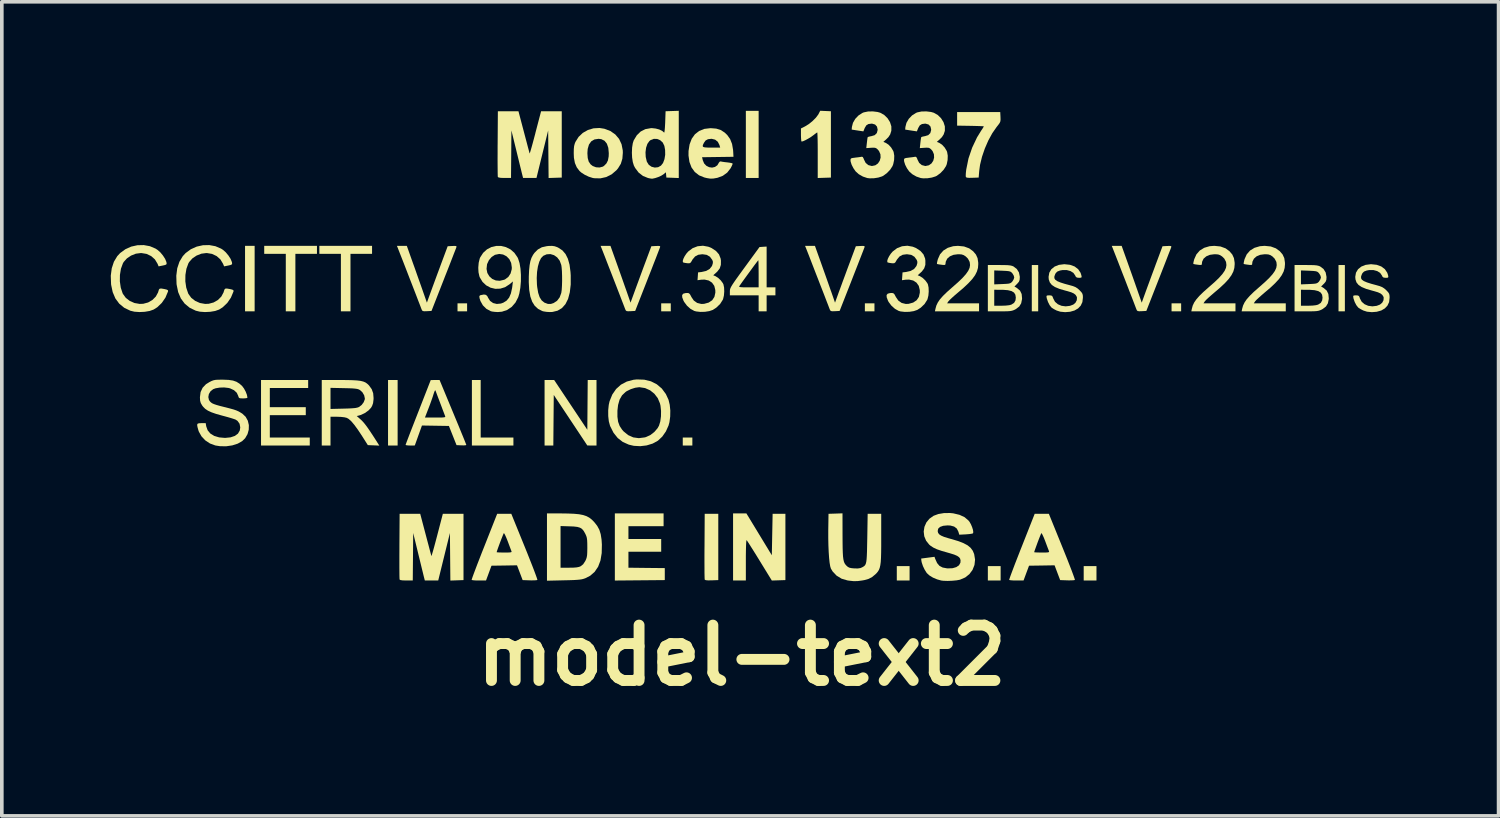
<source format=kicad_pcb>
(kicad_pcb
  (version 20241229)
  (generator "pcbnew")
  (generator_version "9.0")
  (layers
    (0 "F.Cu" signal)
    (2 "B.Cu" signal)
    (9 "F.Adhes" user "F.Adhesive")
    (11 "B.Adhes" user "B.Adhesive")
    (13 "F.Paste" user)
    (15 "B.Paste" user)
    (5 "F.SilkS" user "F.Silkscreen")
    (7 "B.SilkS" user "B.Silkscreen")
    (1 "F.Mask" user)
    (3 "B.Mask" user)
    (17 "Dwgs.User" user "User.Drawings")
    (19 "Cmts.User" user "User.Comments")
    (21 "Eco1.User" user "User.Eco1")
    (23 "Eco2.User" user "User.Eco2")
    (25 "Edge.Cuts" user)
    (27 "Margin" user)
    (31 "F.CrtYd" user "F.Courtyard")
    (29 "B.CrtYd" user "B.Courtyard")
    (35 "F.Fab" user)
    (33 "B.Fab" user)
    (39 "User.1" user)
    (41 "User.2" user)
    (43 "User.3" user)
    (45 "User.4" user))
  (footprint "model-text2"
    (layer "F.Cu")
    (at 17.376 11.196)
    (property "Reference" "model-text2" (at 0 3.8 0) (layer "F.SilkS") (effects (font (size 1.524 1.524) (thickness 0.3))))
    (attr board_only exclude_from_pos_files exclude_from_bom)
    (fp_poly (pts (xy -13.415 -5.674) (xy -13.679 -5.674) (xy -13.679 -7.477) (xy -13.415 -7.477)) (stroke (width 0) (type solid)) (fill yes) (layer "F.SilkS"))
    (fp_poly (pts (xy -9.478 -1.979) (xy -9.742 -1.979) (xy -9.742 -3.783) (xy -9.478 -3.783)) (stroke (width 0) (type solid)) (fill yes) (layer "F.SilkS"))
    (fp_poly (pts (xy -7.565 -5.674) (xy -7.829 -5.674) (xy -7.829 -5.894) (xy -7.565 -5.894)) (stroke (width 0) (type solid)) (fill yes) (layer "F.SilkS"))
    (fp_poly (pts (xy -1.957 -5.674) (xy -2.221 -5.674) (xy -2.221 -5.894) (xy -1.957 -5.894)) (stroke (width 0) (type solid)) (fill yes) (layer "F.SilkS"))
    (fp_poly (pts (xy -1.363 -1.979) (xy -1.627 -1.979) (xy -1.627 -2.199) (xy -1.363 -2.199)) (stroke (width 0) (type solid)) (fill yes) (layer "F.SilkS"))
    (fp_poly (pts (xy 0.462 -9.346) (xy 0.11 -9.346) (xy 0.11 -11.194) (xy 0.462 -11.194)) (stroke (width 0) (type solid)) (fill yes) (layer "F.SilkS"))
    (fp_poly (pts (xy 3.651 -5.674) (xy 3.387 -5.674) (xy 3.387 -5.894) (xy 3.651 -5.894)) (stroke (width 0) (type solid)) (fill yes) (layer "F.SilkS"))
    (fp_poly (pts (xy 4.618 1.737) (xy 4.266 1.737) (xy 4.266 1.341) (xy 4.618 1.341)) (stroke (width 0) (type solid)) (fill yes) (layer "F.SilkS"))
    (fp_poly (pts (xy 7.125 1.737) (xy 6.773 1.737) (xy 6.773 1.341) (xy 7.125 1.341)) (stroke (width 0) (type solid)) (fill yes) (layer "F.SilkS"))
    (fp_poly (pts (xy 8.159 -5.674) (xy 7.983 -5.674) (xy 7.983 -6.949) (xy 8.159 -6.949)) (stroke (width 0) (type solid)) (fill yes) (layer "F.SilkS"))
    (fp_poly (pts (xy 9.764 1.737) (xy 9.412 1.737) (xy 9.412 1.341) (xy 9.764 1.341)) (stroke (width 0) (type solid)) (fill yes) (layer "F.SilkS"))
    (fp_poly (pts (xy 12.095 -5.674) (xy 11.831 -5.674) (xy 11.831 -5.894) (xy 12.095 -5.894)) (stroke (width 0) (type solid)) (fill yes) (layer "F.SilkS"))
    (fp_poly (pts (xy 16.603 -5.674) (xy 16.428 -5.674) (xy 16.428 -6.949) (xy 16.603 -6.949)) (stroke (width 0) (type solid)) (fill yes) (layer "F.SilkS"))
    (fp_poly (pts (xy -7.191 -2.199) (xy -6.29 -2.199) (xy -6.29 -1.979) (xy -7.433 -1.979) (xy -7.433 -3.783) (xy -7.191 -3.783)) (stroke (width 0) (type solid)) (fill yes) (layer "F.SilkS"))
    (fp_poly (pts (xy -11.699 -7.257) (xy -12.293 -7.257) (xy -12.293 -5.674) (xy -12.557 -5.674) (xy -12.557 -7.257) (xy -13.151 -7.257) (xy -13.151 -7.477) (xy -11.699 -7.477)) (stroke (width 0) (type solid)) (fill yes) (layer "F.SilkS"))
    (fp_poly (pts (xy -10.182 -7.257) (xy -10.776 -7.257) (xy -10.776 -5.674) (xy -11.04 -5.674) (xy -11.04 -7.257) (xy -11.633 -7.257) (xy -11.633 -7.477) (xy -10.182 -7.477)) (stroke (width 0) (type solid)) (fill yes) (layer "F.SilkS"))
    (fp_poly (pts (xy -11.941 -3.563) (xy -12.997 -3.563) (xy -12.997 -3.035) (xy -12.007 -3.035) (xy -12.007 -2.815) (xy -12.997 -2.815) (xy -12.997 -2.199) (xy -11.897 -2.199) (xy -11.897 -1.979) (xy -13.239 -1.979) (xy -13.239 -3.783) (xy -11.941 -3.783)) (stroke (width 0) (type solid)) (fill yes) (layer "F.SilkS"))
    (fp_poly (pts (xy -4.255 -2.413) (xy -4.244 -3.783) (xy -4.002 -3.783) (xy -4.002 -1.979) (xy -4.255 -1.98) (xy -4.717 -2.676) (xy -5.179 -3.371) (xy -5.185 -2.675) (xy -5.191 -1.979) (xy -5.432 -1.979) (xy -5.432 -3.783) (xy -5.168 -3.783)) (stroke (width 0) (type solid)) (fill yes) (layer "F.SilkS"))
    (fp_poly (pts (xy -2.155 0.242) (xy -3.123 0.242) (xy -3.123 0.594) (xy -2.221 0.594) (xy -2.221 0.946) (xy -3.123 0.946) (xy -3.123 1.385) (xy -2.622 1.391) (xy -2.122 1.396) (xy -2.122 1.726) (xy -2.809 1.732) (xy -3.497 1.738) (xy -3.497 -0.11) (xy -2.155 -0.11)) (stroke (width 0) (type solid)) (fill yes) (layer "F.SilkS"))
    (fp_poly (pts (xy -0.649 1.726) (xy -0.831 1.733) (xy -0.929 1.734) (xy -0.99 1.729) (xy -1.019 1.717) (xy -1.023 1.711) (xy -1.025 1.683) (xy -1.027 1.616) (xy -1.029 1.515) (xy -1.029 1.385) (xy -1.03 1.23) (xy -1.03 1.055) (xy -1.029 0.864) (xy -1.028 0.792) (xy -1.023 -0.099) (xy -0.649 -0.099)) (stroke (width 0) (type solid)) (fill yes) (layer "F.SilkS"))
    (fp_poly (pts (xy 0.475 0.466) (xy 0.825 1.042) (xy 0.836 0.471) (xy 0.847 -0.099) (xy 1.199 -0.099) (xy 1.199 1.726) (xy 1.012 1.732) (xy 0.825 1.738) (xy 0.487 1.188) (xy 0.401 1.048) (xy 0.321 0.92) (xy 0.251 0.809) (xy 0.195 0.72) (xy 0.154 0.658) (xy 0.132 0.628) (xy 0.13 0.625) (xy 0.124 0.643) (xy 0.119 0.7) (xy 0.115 0.791) (xy 0.112 0.912) (xy 0.11 1.059) (xy 0.11 1.175) (xy 0.11 1.737) (xy -0.242 1.737) (xy -0.242 -0.11) (xy 0.125 -0.11)) (stroke (width 0) (type solid)) (fill yes) (layer "F.SilkS"))
    (fp_poly (pts (xy 2.452 -11.183) (xy 2.452 -9.357) (xy 2.271 -9.351) (xy 2.089 -9.345) (xy 2.089 -9.972) (xy 2.089 -10.133) (xy 2.088 -10.279) (xy 2.086 -10.404) (xy 2.083 -10.503) (xy 2.08 -10.569) (xy 2.077 -10.599) (xy 2.076 -10.6) (xy 2.054 -10.587) (xy 2.009 -10.554) (xy 1.972 -10.525) (xy 1.906 -10.477) (xy 1.831 -10.431) (xy 1.757 -10.39) (xy 1.694 -10.361) (xy 1.652 -10.349) (xy 1.641 -10.352) (xy 1.635 -10.379) (xy 1.63 -10.438) (xy 1.627 -10.518) (xy 1.627 -10.537) (xy 1.627 -10.709) (xy 1.74 -10.766) (xy 1.844 -10.83) (xy 1.947 -10.914) (xy 2.038 -11.005) (xy 2.104 -11.093) (xy 2.114 -11.112) (xy 2.157 -11.196)) (stroke (width 0) (type solid)) (fill yes) (layer "F.SilkS"))
    (fp_poly (pts (xy 7.121 -11.025) (xy 7.123 -10.956) (xy 7.118 -10.907) (xy 7.1 -10.863) (xy 7.064 -10.812) (xy 7.015 -10.75) (xy 6.896 -10.579) (xy 6.786 -10.378) (xy 6.69 -10.157) (xy 6.612 -9.929) (xy 6.558 -9.707) (xy 6.536 -9.544) (xy 6.52 -9.357) (xy 6.35 -9.351) (xy 6.258 -9.349) (xy 6.202 -9.354) (xy 6.173 -9.366) (xy 6.167 -9.376) (xy 6.164 -9.411) (xy 6.167 -9.478) (xy 6.176 -9.562) (xy 6.179 -9.582) (xy 6.24 -9.883) (xy 6.341 -10.18) (xy 6.475 -10.463) (xy 6.584 -10.641) (xy 6.625 -10.702) (xy 6.653 -10.748) (xy 6.663 -10.766) (xy 6.643 -10.77) (xy 6.585 -10.773) (xy 6.498 -10.776) (xy 6.388 -10.779) (xy 6.295 -10.781) (xy 5.927 -10.787) (xy 5.927 -11.161) (xy 7.114 -11.161)) (stroke (width 0) (type solid)) (fill yes) (layer "F.SilkS"))
    (fp_poly (pts (xy -8.705 0.473) (xy -8.665 0.625) (xy -8.628 0.763) (xy -8.597 0.882) (xy -8.572 0.976) (xy -8.555 1.038) (xy -8.548 1.064) (xy -8.548 1.064) (xy -8.541 1.049) (xy -8.525 0.996) (xy -8.5 0.912) (xy -8.469 0.8) (xy -8.433 0.666) (xy -8.393 0.515) (xy -8.387 0.492) (xy -8.233 -0.099) (xy -7.664 -0.099) (xy -7.664 1.726) (xy -8.026 1.739) (xy -8.032 1.084) (xy -8.038 0.429) (xy -8.199 1.083) (xy -8.36 1.737) (xy -8.729 1.737) (xy -8.75 1.655) (xy -8.761 1.612) (xy -8.78 1.532) (xy -8.807 1.423) (xy -8.839 1.292) (xy -8.875 1.144) (xy -8.91 1.001) (xy -9.049 0.429) (xy -9.055 1.083) (xy -9.061 1.737) (xy -9.237 1.737) (xy -9.34 1.734) (xy -9.402 1.725) (xy -9.424 1.71) (xy -9.426 1.682) (xy -9.428 1.616) (xy -9.429 1.515) (xy -9.43 1.385) (xy -9.43 1.23) (xy -9.43 1.055) (xy -9.429 0.865) (xy -9.429 0.792) (xy -9.423 -0.099) (xy -8.856 -0.099)) (stroke (width 0) (type solid)) (fill yes) (layer "F.SilkS"))
    (fp_poly (pts (xy -6 -10.611) (xy -5.96 -10.459) (xy -5.923 -10.32) (xy -5.892 -10.201) (xy -5.867 -10.108) (xy -5.85 -10.045) (xy -5.843 -10.019) (xy -5.843 -10.019) (xy -5.836 -10.035) (xy -5.82 -10.087) (xy -5.795 -10.172) (xy -5.764 -10.284) (xy -5.728 -10.418) (xy -5.688 -10.568) (xy -5.683 -10.591) (xy -5.528 -11.183) (xy -4.959 -11.183) (xy -4.959 -9.357) (xy -5.321 -9.345) (xy -5.327 -10) (xy -5.333 -10.655) (xy -5.494 -10.001) (xy -5.655 -9.346) (xy -6.024 -9.346) (xy -6.045 -9.429) (xy -6.056 -9.472) (xy -6.075 -9.551) (xy -6.102 -9.66) (xy -6.134 -9.792) (xy -6.17 -9.94) (xy -6.205 -10.083) (xy -6.345 -10.655) (xy -6.35 -10.001) (xy -6.356 -9.346) (xy -6.532 -9.346) (xy -6.635 -9.349) (xy -6.697 -9.359) (xy -6.719 -9.374) (xy -6.721 -9.401) (xy -6.723 -9.468) (xy -6.724 -9.569) (xy -6.725 -9.699) (xy -6.726 -9.854) (xy -6.725 -10.029) (xy -6.725 -10.219) (xy -6.724 -10.292) (xy -6.718 -11.183) (xy -6.151 -11.183)) (stroke (width 0) (type solid)) (fill yes) (layer "F.SilkS"))
    (fp_poly (pts (xy 0.682 -6.334) (xy 0.924 -6.334) (xy 0.924 -6.114) (xy 0.682 -6.114) (xy 0.682 -5.674) (xy 0.462 -5.674) (xy 0.462 -6.114) (xy -0.33 -6.114) (xy -0.33 -6.22) (xy -0.329 -6.25) (xy -0.325 -6.28) (xy -0.314 -6.312) (xy -0.294 -6.353) (xy -0.289 -6.361) (xy -0.074 -6.361) (xy -0.072 -6.349) (xy -0.045 -6.341) (xy 0.013 -6.336) (xy 0.105 -6.334) (xy 0.186 -6.334) (xy 0.462 -6.334) (xy 0.462 -6.707) (xy 0.461 -6.83) (xy 0.46 -6.936) (xy 0.458 -7.018) (xy 0.455 -7.068) (xy 0.453 -7.081) (xy 0.438 -7.064) (xy 0.403 -7.018) (xy 0.351 -6.95) (xy 0.288 -6.864) (xy 0.219 -6.769) (xy 0.147 -6.671) (xy 0.078 -6.576) (xy 0.016 -6.49) (xy -0.033 -6.421) (xy -0.066 -6.373) (xy -0.074 -6.361) (xy -0.289 -6.361) (xy -0.263 -6.405) (xy -0.218 -6.473) (xy -0.156 -6.562) (xy -0.074 -6.676) (xy 0.03 -6.819) (xy 0.078 -6.885) (xy 0.486 -7.444) (xy 0.584 -7.451) (xy 0.682 -7.457)) (stroke (width 0) (type solid)) (fill yes) (layer "F.SilkS"))
    (fp_poly (pts (xy -9.225 -7.477) (xy -9.063 -7.021) (xy -9.005 -6.86) (xy -8.945 -6.689) (xy -8.885 -6.519) (xy -8.83 -6.365) (xy -8.786 -6.239) (xy -8.786 -6.239) (xy -8.672 -5.913) (xy -8.558 -6.228) (xy -8.514 -6.349) (xy -8.459 -6.498) (xy -8.398 -6.664) (xy -8.335 -6.833) (xy -8.276 -6.994) (xy -8.272 -7.004) (xy -8.1 -7.466) (xy -7.974 -7.473) (xy -7.903 -7.475) (xy -7.867 -7.471) (xy -7.856 -7.457) (xy -7.86 -7.44) (xy -7.87 -7.411) (xy -7.895 -7.346) (xy -7.933 -7.25) (xy -7.981 -7.125) (xy -8.038 -6.978) (xy -8.103 -6.812) (xy -8.174 -6.633) (xy -8.209 -6.542) (xy -8.545 -5.685) (xy -8.671 -5.678) (xy -8.743 -5.676) (xy -8.783 -5.682) (xy -8.805 -5.7) (xy -8.82 -5.733) (xy -8.838 -5.78) (xy -8.869 -5.861) (xy -8.911 -5.969) (xy -8.961 -6.1) (xy -9.018 -6.247) (xy -9.079 -6.405) (xy -9.143 -6.569) (xy -9.206 -6.732) (xy -9.267 -6.89) (xy -9.324 -7.037) (xy -9.375 -7.167) (xy -9.417 -7.274) (xy -9.448 -7.353) (xy -9.466 -7.399) (xy -9.468 -7.406) (xy -9.498 -7.477)) (stroke (width 0) (type solid)) (fill yes) (layer "F.SilkS"))
    (fp_poly (pts (xy -3.618 -7.477) (xy -3.455 -7.021) (xy -3.398 -6.86) (xy -3.337 -6.689) (xy -3.277 -6.519) (xy -3.223 -6.365) (xy -3.178 -6.239) (xy -3.178 -6.239) (xy -3.065 -5.913) (xy -2.95 -6.228) (xy -2.906 -6.349) (xy -2.851 -6.498) (xy -2.79 -6.664) (xy -2.728 -6.833) (xy -2.668 -6.994) (xy -2.664 -7.004) (xy -2.492 -7.466) (xy -2.366 -7.473) (xy -2.295 -7.475) (xy -2.259 -7.471) (xy -2.249 -7.457) (xy -2.252 -7.44) (xy -2.263 -7.411) (xy -2.288 -7.346) (xy -2.325 -7.25) (xy -2.373 -7.125) (xy -2.431 -6.978) (xy -2.495 -6.812) (xy -2.566 -6.633) (xy -2.601 -6.542) (xy -2.937 -5.685) (xy -3.063 -5.678) (xy -3.135 -5.676) (xy -3.175 -5.682) (xy -3.197 -5.7) (xy -3.212 -5.733) (xy -3.23 -5.78) (xy -3.261 -5.861) (xy -3.303 -5.969) (xy -3.353 -6.1) (xy -3.41 -6.247) (xy -3.471 -6.405) (xy -3.535 -6.569) (xy -3.598 -6.732) (xy -3.66 -6.89) (xy -3.717 -7.037) (xy -3.767 -7.167) (xy -3.809 -7.274) (xy -3.84 -7.353) (xy -3.858 -7.399) (xy -3.861 -7.406) (xy -3.89 -7.477)) (stroke (width 0) (type solid)) (fill yes) (layer "F.SilkS"))
    (fp_poly (pts (xy 10.457 -7.477) (xy 10.62 -7.021) (xy 10.677 -6.86) (xy 10.738 -6.689) (xy 10.798 -6.519) (xy 10.852 -6.365) (xy 10.896 -6.239) (xy 10.896 -6.239) (xy 11.01 -5.913) (xy 11.124 -6.228) (xy 11.168 -6.349) (xy 11.223 -6.498) (xy 11.284 -6.664) (xy 11.347 -6.833) (xy 11.406 -6.994) (xy 11.41 -7.004) (xy 11.582 -7.466) (xy 11.709 -7.473) (xy 11.779 -7.475) (xy 11.815 -7.471) (xy 11.826 -7.457) (xy 11.822 -7.44) (xy 11.812 -7.411) (xy 11.787 -7.346) (xy 11.749 -7.25) (xy 11.701 -7.125) (xy 11.644 -6.978) (xy 11.579 -6.812) (xy 11.509 -6.633) (xy 11.473 -6.542) (xy 11.137 -5.685) (xy 11.011 -5.678) (xy 10.94 -5.676) (xy 10.899 -5.682) (xy 10.877 -5.7) (xy 10.862 -5.733) (xy 10.844 -5.78) (xy 10.813 -5.861) (xy 10.772 -5.969) (xy 10.721 -6.1) (xy 10.664 -6.247) (xy 10.603 -6.405) (xy 10.54 -6.569) (xy 10.476 -6.732) (xy 10.415 -6.89) (xy 10.358 -7.037) (xy 10.307 -7.167) (xy 10.265 -7.274) (xy 10.234 -7.353) (xy 10.216 -7.399) (xy 10.214 -7.406) (xy 10.184 -7.477)) (stroke (width 0) (type solid)) (fill yes) (layer "F.SilkS"))
    (fp_poly (pts (xy 1.876 -7.477) (xy 2.012 -7.477) (xy 2.175 -7.021) (xy 2.232 -6.86) (xy 2.293 -6.689) (xy 2.353 -6.519) (xy 2.407 -6.365) (xy 2.451 -6.239) (xy 2.452 -6.239) (xy 2.565 -5.913) (xy 2.679 -6.228) (xy 2.724 -6.349) (xy 2.778 -6.498) (xy 2.84 -6.664) (xy 2.902 -6.833) (xy 2.962 -6.994) (xy 2.966 -7.004) (xy 3.138 -7.466) (xy 3.264 -7.473) (xy 3.335 -7.475) (xy 3.371 -7.471) (xy 3.381 -7.457) (xy 3.378 -7.44) (xy 3.367 -7.411) (xy 3.342 -7.346) (xy 3.305 -7.25) (xy 3.256 -7.125) (xy 3.199 -6.978) (xy 3.134 -6.812) (xy 3.064 -6.633) (xy 3.029 -6.542) (xy 2.692 -5.685) (xy 2.567 -5.678) (xy 2.495 -5.676) (xy 2.454 -5.682) (xy 2.433 -5.7) (xy 2.418 -5.733) (xy 2.4 -5.78) (xy 2.369 -5.861) (xy 2.327 -5.969) (xy 2.277 -6.1) (xy 2.22 -6.247) (xy 2.158 -6.405) (xy 2.095 -6.569) (xy 2.031 -6.732) (xy 1.97 -6.89) (xy 1.913 -7.037) (xy 1.863 -7.167) (xy 1.821 -7.274) (xy 1.79 -7.353) (xy 1.772 -7.399) (xy 1.769 -7.406) (xy 1.74 -7.477)) (stroke (width 0) (type solid)) (fill yes) (layer "F.SilkS"))
    (fp_poly (pts (xy -3.786 -10.701) (xy -3.621 -10.639) (xy -3.485 -10.544) (xy -3.381 -10.422) (xy -3.312 -10.274) (xy -3.279 -10.104) (xy -3.277 -10.04) (xy -3.29 -9.876) (xy -3.332 -9.737) (xy -3.408 -9.613) (xy -3.453 -9.559) (xy -3.584 -9.447) (xy -3.734 -9.371) (xy -3.897 -9.335) (xy -4.066 -9.339) (xy -4.105 -9.346) (xy -4.213 -9.38) (xy -4.325 -9.433) (xy -4.422 -9.496) (xy -4.469 -9.537) (xy -4.546 -9.639) (xy -4.597 -9.758) (xy -4.624 -9.901) (xy -4.629 -10.028) (xy -4.253 -10.028) (xy -4.244 -9.895) (xy -4.216 -9.795) (xy -4.164 -9.72) (xy -4.106 -9.675) (xy -4.015 -9.64) (xy -3.917 -9.634) (xy -3.828 -9.658) (xy -3.796 -9.678) (xy -3.729 -9.746) (xy -3.687 -9.83) (xy -3.667 -9.939) (xy -3.664 -10.028) (xy -3.677 -10.175) (xy -3.716 -10.289) (xy -3.781 -10.37) (xy -3.869 -10.414) (xy -3.945 -10.424) (xy -4.06 -10.406) (xy -4.148 -10.353) (xy -4.21 -10.265) (xy -4.245 -10.144) (xy -4.253 -10.028) (xy -4.629 -10.028) (xy -4.627 -10.141) (xy -4.619 -10.223) (xy -4.602 -10.289) (xy -4.582 -10.339) (xy -4.495 -10.477) (xy -4.379 -10.587) (xy -4.239 -10.667) (xy -4.084 -10.713) (xy -3.919 -10.722)) (stroke (width 0) (type solid)) (fill yes) (layer "F.SilkS"))
    (fp_poly (pts (xy -7.955 -2.897) (xy -7.878 -2.711) (xy -7.806 -2.538) (xy -7.742 -2.381) (xy -7.686 -2.245) (xy -7.641 -2.135) (xy -7.609 -2.053) (xy -7.59 -2.006) (xy -7.587 -1.995) (xy -7.607 -1.986) (xy -7.659 -1.983) (xy -7.721 -1.984) (xy -7.856 -1.99) (xy -8.066 -2.518) (xy -8.437 -2.524) (xy -8.808 -2.53) (xy -8.907 -2.255) (xy -9.005 -1.98) (xy -9.132 -1.979) (xy -9.2 -1.982) (xy -9.246 -1.989) (xy -9.259 -1.996) (xy -9.251 -2.019) (xy -9.229 -2.079) (xy -9.194 -2.171) (xy -9.148 -2.292) (xy -9.092 -2.436) (xy -9.028 -2.6) (xy -8.97 -2.749) (xy -8.726 -2.749) (xy -8.44 -2.749) (xy -8.324 -2.749) (xy -8.244 -2.751) (xy -8.196 -2.756) (xy -8.172 -2.763) (xy -8.166 -2.775) (xy -8.169 -2.787) (xy -8.181 -2.818) (xy -8.205 -2.881) (xy -8.239 -2.97) (xy -8.278 -3.075) (xy -8.321 -3.189) (xy -8.365 -3.304) (xy -8.405 -3.411) (xy -8.437 -3.497) (xy -8.449 -3.496) (xy -8.467 -3.459) (xy -8.488 -3.398) (xy -8.511 -3.324) (xy -8.546 -3.223) (xy -8.587 -3.109) (xy -8.626 -3.007) (xy -8.726 -2.749) (xy -8.97 -2.749) (xy -8.958 -2.779) (xy -8.912 -2.897) (xy -8.566 -3.782) (xy -8.323 -3.783)) (stroke (width 0) (type solid)) (fill yes) (layer "F.SilkS"))
    (fp_poly (pts (xy -4.998 -0.11) (xy -4.79 -0.107) (xy -4.62 -0.1) (xy -4.482 -0.087) (xy -4.369 -0.065) (xy -4.277 -0.034) (xy -4.199 0.008) (xy -4.129 0.063) (xy -4.062 0.132) (xy -3.982 0.234) (xy -3.924 0.341) (xy -3.886 0.463) (xy -3.863 0.611) (xy -3.854 0.748) (xy -3.859 0.983) (xy -3.893 1.187) (xy -3.958 1.359) (xy -4.053 1.499) (xy -4.177 1.607) (xy -4.308 1.674) (xy -4.354 1.69) (xy -4.403 1.703) (xy -4.461 1.712) (xy -4.536 1.719) (xy -4.634 1.725) (xy -4.763 1.729) (xy -4.899 1.732) (xy -5.366 1.743) (xy -5.366 0.238) (xy -4.992 0.238) (xy -4.992 1.385) (xy -4.756 1.385) (xy -4.634 1.383) (xy -4.547 1.376) (xy -4.484 1.363) (xy -4.442 1.347) (xy -4.37 1.291) (xy -4.31 1.199) (xy -4.286 1.147) (xy -4.271 1.097) (xy -4.261 1.039) (xy -4.257 0.962) (xy -4.255 0.854) (xy -4.255 0.825) (xy -4.256 0.709) (xy -4.26 0.626) (xy -4.268 0.565) (xy -4.282 0.515) (xy -4.304 0.465) (xy -4.31 0.452) (xy -4.354 0.374) (xy -4.399 0.32) (xy -4.455 0.284) (xy -4.529 0.262) (xy -4.632 0.25) (xy -4.741 0.246) (xy -4.992 0.238) (xy -5.366 0.238) (xy -5.366 -0.11)) (stroke (width 0) (type solid)) (fill yes) (layer "F.SilkS"))
    (fp_poly (pts (xy -5.981 0.803) (xy -5.905 0.991) (xy -5.836 1.166) (xy -5.773 1.325) (xy -5.72 1.462) (xy -5.678 1.575) (xy -5.648 1.659) (xy -5.632 1.709) (xy -5.63 1.722) (xy -5.657 1.729) (xy -5.718 1.733) (xy -5.8 1.734) (xy -5.84 1.733) (xy -6.036 1.726) (xy -6.113 1.523) (xy -6.191 1.319) (xy -6.542 1.325) (xy -6.894 1.33) (xy -6.969 1.534) (xy -7.044 1.737) (xy -7.237 1.737) (xy -7.325 1.736) (xy -7.394 1.731) (xy -7.434 1.724) (xy -7.44 1.721) (xy -7.434 1.698) (xy -7.414 1.638) (xy -7.38 1.545) (xy -7.335 1.425) (xy -7.28 1.28) (xy -7.216 1.116) (xy -7.155 0.958) (xy -6.751 0.958) (xy -6.731 0.962) (xy -6.676 0.965) (xy -6.596 0.967) (xy -6.54 0.968) (xy -6.443 0.967) (xy -6.382 0.964) (xy -6.35 0.957) (xy -6.34 0.945) (xy -6.344 0.929) (xy -6.358 0.894) (xy -6.383 0.827) (xy -6.416 0.739) (xy -6.448 0.653) (xy -6.485 0.561) (xy -6.517 0.489) (xy -6.541 0.444) (xy -6.554 0.433) (xy -6.566 0.458) (xy -6.589 0.514) (xy -6.62 0.592) (xy -6.654 0.681) (xy -6.688 0.772) (xy -6.718 0.855) (xy -6.74 0.919) (xy -6.751 0.955) (xy -6.751 0.958) (xy -7.155 0.958) (xy -7.146 0.936) (xy -7.093 0.803) (xy -6.737 -0.099) (xy -6.348 -0.099)) (stroke (width 0) (type solid)) (fill yes) (layer "F.SilkS"))
    (fp_poly (pts (xy 2.772 0.466) (xy 2.773 0.672) (xy 2.775 0.838) (xy 2.779 0.97) (xy 2.785 1.072) (xy 2.795 1.151) (xy 2.808 1.21) (xy 2.825 1.256) (xy 2.847 1.291) (xy 2.874 1.323) (xy 2.877 1.326) (xy 2.92 1.364) (xy 2.965 1.386) (xy 3.026 1.398) (xy 3.093 1.404) (xy 3.193 1.406) (xy 3.264 1.395) (xy 3.309 1.376) (xy 3.345 1.356) (xy 3.373 1.336) (xy 3.396 1.31) (xy 3.413 1.273) (xy 3.426 1.221) (xy 3.435 1.15) (xy 3.441 1.053) (xy 3.446 0.927) (xy 3.449 0.767) (xy 3.453 0.572) (xy 3.464 -0.099) (xy 3.837 -0.099) (xy 3.837 0.583) (xy 3.837 0.798) (xy 3.835 0.974) (xy 3.831 1.116) (xy 3.824 1.229) (xy 3.812 1.318) (xy 3.796 1.387) (xy 3.775 1.443) (xy 3.747 1.489) (xy 3.713 1.531) (xy 3.678 1.566) (xy 3.587 1.641) (xy 3.494 1.691) (xy 3.382 1.724) (xy 3.318 1.736) (xy 3.19 1.753) (xy 3.077 1.755) (xy 2.956 1.742) (xy 2.908 1.735) (xy 2.747 1.688) (xy 2.611 1.606) (xy 2.502 1.492) (xy 2.452 1.41) (xy 2.433 1.348) (xy 2.416 1.248) (xy 2.402 1.115) (xy 2.391 0.954) (xy 2.383 0.77) (xy 2.379 0.569) (xy 2.379 0.356) (xy 2.38 0.297) (xy 2.386 -0.099) (xy 2.578 -0.105) (xy 2.771 -0.112)) (stroke (width 0) (type solid)) (fill yes) (layer "F.SilkS"))
    (fp_poly (pts (xy 6.117 -7.46) (xy 6.259 -7.408) (xy 6.367 -7.329) (xy 6.445 -7.237) (xy 6.49 -7.138) (xy 6.508 -7.017) (xy 6.509 -6.972) (xy 6.501 -6.869) (xy 6.472 -6.77) (xy 6.422 -6.67) (xy 6.345 -6.564) (xy 6.239 -6.449) (xy 6.102 -6.32) (xy 5.946 -6.187) (xy 5.858 -6.112) (xy 5.781 -6.043) (xy 5.722 -5.987) (xy 5.688 -5.95) (xy 5.685 -5.946) (xy 5.651 -5.894) (xy 6.531 -5.894) (xy 6.531 -5.674) (xy 5.316 -5.674) (xy 5.331 -5.745) (xy 5.355 -5.833) (xy 5.395 -5.917) (xy 5.454 -6.004) (xy 5.538 -6.099) (xy 5.65 -6.208) (xy 5.791 -6.333) (xy 5.95 -6.473) (xy 6.075 -6.593) (xy 6.168 -6.697) (xy 6.232 -6.788) (xy 6.27 -6.87) (xy 6.283 -6.947) (xy 6.274 -7.023) (xy 6.269 -7.041) (xy 6.224 -7.125) (xy 6.164 -7.185) (xy 6.109 -7.221) (xy 6.053 -7.24) (xy 5.979 -7.246) (xy 5.95 -7.246) (xy 5.828 -7.23) (xy 5.728 -7.188) (xy 5.654 -7.124) (xy 5.614 -7.041) (xy 5.608 -6.992) (xy 5.604 -6.964) (xy 5.587 -6.951) (xy 5.545 -6.951) (xy 5.495 -6.957) (xy 5.429 -6.966) (xy 5.383 -6.975) (xy 5.372 -6.98) (xy 5.372 -7.005) (xy 5.383 -7.058) (xy 5.397 -7.11) (xy 5.456 -7.243) (xy 5.549 -7.348) (xy 5.671 -7.423) (xy 5.819 -7.467) (xy 5.949 -7.477)) (stroke (width 0) (type solid)) (fill yes) (layer "F.SilkS"))
    (fp_poly (pts (xy 8.819 0.803) (xy 8.895 0.991) (xy 8.965 1.166) (xy 9.027 1.325) (xy 9.08 1.462) (xy 9.122 1.575) (xy 9.152 1.659) (xy 9.168 1.709) (xy 9.17 1.722) (xy 9.143 1.729) (xy 9.083 1.733) (xy 9 1.734) (xy 8.96 1.733) (xy 8.764 1.726) (xy 8.687 1.523) (xy 8.61 1.319) (xy 8.258 1.325) (xy 7.907 1.33) (xy 7.831 1.534) (xy 7.756 1.737) (xy 7.563 1.737) (xy 7.476 1.736) (xy 7.406 1.731) (xy 7.366 1.724) (xy 7.36 1.721) (xy 7.366 1.698) (xy 7.386 1.638) (xy 7.42 1.545) (xy 7.465 1.425) (xy 7.52 1.28) (xy 7.584 1.116) (xy 7.646 0.958) (xy 8.049 0.958) (xy 8.069 0.962) (xy 8.124 0.965) (xy 8.204 0.967) (xy 8.26 0.968) (xy 8.358 0.967) (xy 8.418 0.964) (xy 8.45 0.957) (xy 8.46 0.945) (xy 8.456 0.929) (xy 8.443 0.894) (xy 8.417 0.827) (xy 8.384 0.739) (xy 8.352 0.653) (xy 8.316 0.561) (xy 8.283 0.489) (xy 8.259 0.444) (xy 8.246 0.433) (xy 8.234 0.458) (xy 8.211 0.514) (xy 8.18 0.592) (xy 8.146 0.681) (xy 8.113 0.772) (xy 8.083 0.855) (xy 8.06 0.919) (xy 8.049 0.955) (xy 8.049 0.958) (xy 7.646 0.958) (xy 7.654 0.936) (xy 7.707 0.803) (xy 8.063 -0.099) (xy 8.453 -0.099)) (stroke (width 0) (type solid)) (fill yes) (layer "F.SilkS"))
    (fp_poly (pts (xy 13.176 -7.46) (xy 13.319 -7.408) (xy 13.426 -7.329) (xy 13.504 -7.237) (xy 13.549 -7.138) (xy 13.568 -7.017) (xy 13.569 -6.972) (xy 13.56 -6.869) (xy 13.532 -6.77) (xy 13.481 -6.67) (xy 13.404 -6.564) (xy 13.299 -6.449) (xy 13.161 -6.32) (xy 13.005 -6.187) (xy 12.918 -6.112) (xy 12.84 -6.043) (xy 12.781 -5.987) (xy 12.747 -5.95) (xy 12.745 -5.946) (xy 12.71 -5.894) (xy 13.591 -5.894) (xy 13.591 -5.674) (xy 12.376 -5.674) (xy 12.39 -5.745) (xy 12.414 -5.833) (xy 12.454 -5.917) (xy 12.514 -6.004) (xy 12.597 -6.099) (xy 12.709 -6.208) (xy 12.85 -6.333) (xy 13.01 -6.473) (xy 13.135 -6.593) (xy 13.228 -6.697) (xy 13.292 -6.788) (xy 13.329 -6.87) (xy 13.342 -6.947) (xy 13.333 -7.023) (xy 13.328 -7.041) (xy 13.284 -7.125) (xy 13.223 -7.185) (xy 13.168 -7.221) (xy 13.113 -7.24) (xy 13.038 -7.246) (xy 13.01 -7.246) (xy 12.888 -7.23) (xy 12.787 -7.188) (xy 12.713 -7.124) (xy 12.673 -7.041) (xy 12.667 -6.992) (xy 12.664 -6.964) (xy 12.647 -6.951) (xy 12.605 -6.951) (xy 12.554 -6.957) (xy 12.488 -6.966) (xy 12.443 -6.975) (xy 12.431 -6.98) (xy 12.431 -7.005) (xy 12.442 -7.058) (xy 12.456 -7.11) (xy 12.516 -7.243) (xy 12.608 -7.348) (xy 12.73 -7.423) (xy 12.878 -7.467) (xy 13.008 -7.477)) (stroke (width 0) (type solid)) (fill yes) (layer "F.SilkS"))
    (fp_poly (pts (xy 14.562 -7.46) (xy 14.704 -7.408) (xy 14.812 -7.329) (xy 14.89 -7.237) (xy 14.935 -7.138) (xy 14.953 -7.017) (xy 14.954 -6.972) (xy 14.945 -6.869) (xy 14.917 -6.77) (xy 14.866 -6.67) (xy 14.79 -6.564) (xy 14.684 -6.449) (xy 14.547 -6.32) (xy 14.39 -6.187) (xy 14.303 -6.112) (xy 14.226 -6.043) (xy 14.166 -5.987) (xy 14.132 -5.95) (xy 14.13 -5.946) (xy 14.095 -5.894) (xy 14.976 -5.894) (xy 14.976 -5.674) (xy 13.761 -5.674) (xy 13.775 -5.745) (xy 13.8 -5.833) (xy 13.84 -5.917) (xy 13.899 -6.004) (xy 13.983 -6.099) (xy 14.094 -6.208) (xy 14.236 -6.333) (xy 14.395 -6.473) (xy 14.52 -6.593) (xy 14.613 -6.697) (xy 14.677 -6.788) (xy 14.714 -6.87) (xy 14.727 -6.947) (xy 14.719 -7.023) (xy 14.714 -7.041) (xy 14.669 -7.125) (xy 14.609 -7.185) (xy 14.554 -7.221) (xy 14.498 -7.24) (xy 14.423 -7.246) (xy 14.395 -7.246) (xy 14.273 -7.23) (xy 14.172 -7.188) (xy 14.099 -7.124) (xy 14.058 -7.041) (xy 14.052 -6.992) (xy 14.049 -6.964) (xy 14.032 -6.951) (xy 13.99 -6.951) (xy 13.94 -6.957) (xy 13.874 -6.966) (xy 13.828 -6.975) (xy 13.817 -6.98) (xy 13.817 -7.005) (xy 13.828 -7.058) (xy 13.841 -7.11) (xy 13.901 -7.243) (xy 13.993 -7.348) (xy 14.115 -7.423) (xy 14.264 -7.467) (xy 14.393 -7.477)) (stroke (width 0) (type solid)) (fill yes) (layer "F.SilkS"))
    (fp_poly (pts (xy -1.737 -9.344) (xy -1.908 -9.351) (xy -2.078 -9.357) (xy -2.085 -9.43) (xy -2.092 -9.502) (xy -2.158 -9.447) (xy -2.218 -9.409) (xy -2.299 -9.372) (xy -2.386 -9.343) (xy -2.46 -9.327) (xy -2.484 -9.327) (xy -2.529 -9.333) (xy -2.584 -9.345) (xy -2.722 -9.401) (xy -2.842 -9.494) (xy -2.938 -9.621) (xy -2.973 -9.687) (xy -3.003 -9.785) (xy -3.022 -9.909) (xy -3.028 -10.047) (xy -3.027 -10.054) (xy -2.653 -10.054) (xy -2.647 -9.925) (xy -2.618 -9.801) (xy -2.614 -9.791) (xy -2.563 -9.709) (xy -2.487 -9.655) (xy -2.397 -9.632) (xy -2.305 -9.642) (xy -2.227 -9.686) (xy -2.17 -9.759) (xy -2.131 -9.862) (xy -2.111 -9.984) (xy -2.113 -10.115) (xy -2.134 -10.23) (xy -2.178 -10.321) (xy -2.248 -10.385) (xy -2.333 -10.42) (xy -2.424 -10.423) (xy -2.511 -10.39) (xy -2.546 -10.362) (xy -2.601 -10.285) (xy -2.637 -10.178) (xy -2.653 -10.054) (xy -3.027 -10.054) (xy -3.022 -10.182) (xy -3.003 -10.302) (xy -2.978 -10.38) (xy -2.892 -10.522) (xy -2.786 -10.625) (xy -2.658 -10.69) (xy -2.508 -10.717) (xy -2.475 -10.718) (xy -2.373 -10.707) (xy -2.275 -10.681) (xy -2.193 -10.642) (xy -2.141 -10.596) (xy -2.14 -10.595) (xy -2.133 -10.605) (xy -2.126 -10.652) (xy -2.119 -10.731) (xy -2.113 -10.833) (xy -2.111 -10.875) (xy -2.1 -11.183) (xy -1.919 -11.189) (xy -1.737 -11.195)) (stroke (width 0) (type solid)) (fill yes) (layer "F.SilkS"))
    (fp_poly (pts (xy -0.706 -10.705) (xy -0.581 -10.666) (xy -0.472 -10.595) (xy -0.402 -10.528) (xy -0.323 -10.417) (xy -0.27 -10.283) (xy -0.242 -10.12) (xy -0.238 -10.061) (xy -0.231 -9.929) (xy -0.663 -9.923) (xy -1.095 -9.917) (xy -1.076 -9.835) (xy -1.039 -9.746) (xy -0.977 -9.681) (xy -0.901 -9.643) (xy -0.82 -9.631) (xy -0.741 -9.649) (xy -0.674 -9.696) (xy -0.63 -9.771) (xy -0.602 -9.801) (xy -0.577 -9.8) (xy -0.536 -9.792) (xy -0.467 -9.782) (xy -0.401 -9.775) (xy -0.328 -9.765) (xy -0.275 -9.753) (xy -0.254 -9.744) (xy -0.259 -9.718) (xy -0.282 -9.667) (xy -0.31 -9.613) (xy -0.402 -9.495) (xy -0.524 -9.406) (xy -0.67 -9.351) (xy -0.685 -9.348) (xy -0.786 -9.33) (xy -0.872 -9.328) (xy -0.964 -9.343) (xy -1.034 -9.36) (xy -1.179 -9.419) (xy -1.297 -9.512) (xy -1.386 -9.635) (xy -1.443 -9.786) (xy -1.469 -9.962) (xy -1.468 -10.088) (xy -1.447 -10.223) (xy -1.079 -10.223) (xy -1.063 -10.2) (xy -1.02 -10.188) (xy -0.942 -10.183) (xy -0.837 -10.182) (xy -0.597 -10.182) (xy -0.617 -10.253) (xy -0.662 -10.342) (xy -0.736 -10.401) (xy -0.831 -10.424) (xy -0.838 -10.424) (xy -0.933 -10.413) (xy -0.998 -10.378) (xy -1.044 -10.314) (xy -1.07 -10.26) (xy -1.079 -10.223) (xy -1.447 -10.223) (xy -1.439 -10.271) (xy -1.38 -10.426) (xy -1.292 -10.549) (xy -1.176 -10.64) (xy -1.034 -10.697) (xy -0.867 -10.717) (xy -0.858 -10.717)) (stroke (width 0) (type solid)) (fill yes) (layer "F.SilkS"))
    (fp_poly (pts (xy -10.872 -3.782) (xy -10.717 -3.778) (xy -10.595 -3.771) (xy -10.499 -3.759) (xy -10.425 -3.741) (xy -10.367 -3.717) (xy -10.319 -3.684) (xy -10.275 -3.643) (xy -10.264 -3.631) (xy -10.191 -3.53) (xy -10.151 -3.418) (xy -10.14 -3.286) (xy -10.142 -3.244) (xy -10.154 -3.145) (xy -10.181 -3.069) (xy -10.211 -3.018) (xy -10.281 -2.944) (xy -10.378 -2.875) (xy -10.485 -2.823) (xy -10.541 -2.806) (xy -10.603 -2.791) (xy -10.487 -2.688) (xy -10.437 -2.638) (xy -10.381 -2.573) (xy -10.317 -2.488) (xy -10.242 -2.38) (xy -10.151 -2.242) (xy -10.042 -2.072) (xy -10.036 -2.062) (xy -9.982 -1.977) (xy -10.14 -1.984) (xy -10.298 -1.99) (xy -10.458 -2.242) (xy -10.572 -2.414) (xy -10.67 -2.548) (xy -10.754 -2.647) (xy -10.827 -2.712) (xy -10.877 -2.74) (xy -10.94 -2.756) (xy -11.032 -2.767) (xy -11.138 -2.771) (xy -11.326 -2.771) (xy -11.326 -1.979) (xy -11.567 -1.979) (xy -11.567 -3.567) (xy -11.326 -3.567) (xy -11.326 -2.986) (xy -10.968 -2.995) (xy -10.825 -2.999) (xy -10.719 -3.005) (xy -10.643 -3.012) (xy -10.588 -3.023) (xy -10.548 -3.037) (xy -10.538 -3.042) (xy -10.468 -3.096) (xy -10.413 -3.17) (xy -10.383 -3.247) (xy -10.38 -3.273) (xy -10.399 -3.362) (xy -10.449 -3.447) (xy -10.518 -3.508) (xy -10.55 -3.525) (xy -10.59 -3.537) (xy -10.644 -3.545) (xy -10.721 -3.552) (xy -10.827 -3.556) (xy -10.957 -3.559) (xy -11.326 -3.567) (xy -11.567 -3.567) (xy -11.567 -3.783) (xy -11.066 -3.783)) (stroke (width 0) (type solid)) (fill yes) (layer "F.SilkS"))
    (fp_poly (pts (xy -2.688 -3.792) (xy -2.504 -3.747) (xy -2.342 -3.665) (xy -2.204 -3.548) (xy -2.092 -3.396) (xy -2.019 -3.238) (xy -1.986 -3.102) (xy -1.97 -2.943) (xy -1.973 -2.777) (xy -1.994 -2.621) (xy -2.019 -2.529) (xy -2.092 -2.367) (xy -2.191 -2.225) (xy -2.308 -2.115) (xy -2.313 -2.111) (xy -2.455 -2.033) (xy -2.621 -1.982) (xy -2.798 -1.961) (xy -2.976 -1.971) (xy -3.112 -2.003) (xy -3.278 -2.077) (xy -3.418 -2.186) (xy -3.533 -2.329) (xy -3.624 -2.509) (xy -3.631 -2.527) (xy -3.663 -2.646) (xy -3.677 -2.77) (xy -3.426 -2.77) (xy -3.407 -2.633) (xy -3.365 -2.518) (xy -3.298 -2.416) (xy -3.258 -2.37) (xy -3.131 -2.266) (xy -2.99 -2.203) (xy -2.837 -2.182) (xy -2.672 -2.203) (xy -2.641 -2.212) (xy -2.522 -2.266) (xy -2.41 -2.352) (xy -2.32 -2.457) (xy -2.281 -2.527) (xy -2.246 -2.642) (xy -2.227 -2.782) (xy -2.225 -2.931) (xy -2.24 -3.075) (xy -2.255 -3.138) (xy -2.315 -3.282) (xy -2.408 -3.404) (xy -2.526 -3.499) (xy -2.665 -3.561) (xy -2.815 -3.584) (xy -2.826 -3.585) (xy -2.936 -3.57) (xy -3.058 -3.531) (xy -3.17 -3.476) (xy -3.204 -3.452) (xy -3.299 -3.361) (xy -3.366 -3.244) (xy -3.408 -3.096) (xy -3.426 -2.939) (xy -3.426 -2.77) (xy -3.677 -2.77) (xy -3.679 -2.792) (xy -3.68 -2.947) (xy -3.665 -3.097) (xy -3.642 -3.2) (xy -3.567 -3.384) (xy -3.462 -3.536) (xy -3.329 -3.655) (xy -3.169 -3.74) (xy -2.985 -3.789) (xy -2.891 -3.799)) (stroke (width 0) (type solid)) (fill yes) (layer "F.SilkS"))
    (fp_poly (pts (xy -16.298 -7.467) (xy -16.143 -7.401) (xy -16.088 -7.365) (xy -16.011 -7.297) (xy -15.939 -7.21) (xy -15.88 -7.119) (xy -15.846 -7.036) (xy -15.843 -7.025) (xy -15.838 -6.986) (xy -15.848 -6.964) (xy -15.883 -6.949) (xy -15.944 -6.935) (xy -16.059 -6.912) (xy -16.089 -6.985) (xy -16.161 -7.104) (xy -16.264 -7.195) (xy -16.391 -7.255) (xy -16.534 -7.279) (xy -16.548 -7.279) (xy -16.686 -7.261) (xy -16.817 -7.209) (xy -16.932 -7.131) (xy -17.02 -7.033) (xy -17.042 -6.995) (xy -17.096 -6.847) (xy -17.124 -6.676) (xy -17.126 -6.498) (xy -17.101 -6.326) (xy -17.051 -6.174) (xy -17.042 -6.155) (xy -16.963 -6.046) (xy -16.854 -5.961) (xy -16.723 -5.903) (xy -16.58 -5.878) (xy -16.482 -5.882) (xy -16.348 -5.918) (xy -16.23 -5.986) (xy -16.136 -6.081) (xy -16.074 -6.195) (xy -16.064 -6.229) (xy -16.049 -6.276) (xy -16.025 -6.299) (xy -15.982 -6.302) (xy -15.908 -6.289) (xy -15.901 -6.288) (xy -15.835 -6.272) (xy -15.804 -6.256) (xy -15.798 -6.233) (xy -15.802 -6.216) (xy -15.871 -6.051) (xy -15.972 -5.905) (xy -16.096 -5.786) (xy -16.196 -5.723) (xy -16.306 -5.684) (xy -16.441 -5.661) (xy -16.586 -5.654) (xy -16.726 -5.664) (xy -16.838 -5.691) (xy -17.006 -5.772) (xy -17.143 -5.885) (xy -17.249 -6.028) (xy -17.323 -6.202) (xy -17.366 -6.405) (xy -17.368 -6.429) (xy -17.376 -6.655) (xy -17.349 -6.859) (xy -17.29 -7.039) (xy -17.198 -7.192) (xy -17.119 -7.278) (xy -16.975 -7.383) (xy -16.814 -7.456) (xy -16.642 -7.494) (xy -16.467 -7.498)) (stroke (width 0) (type solid)) (fill yes) (layer "F.SilkS"))
    (fp_poly (pts (xy -14.495 -7.467) (xy -14.34 -7.401) (xy -14.284 -7.365) (xy -14.208 -7.297) (xy -14.136 -7.21) (xy -14.077 -7.119) (xy -14.043 -7.036) (xy -14.04 -7.025) (xy -14.035 -6.986) (xy -14.045 -6.964) (xy -14.08 -6.949) (xy -14.141 -6.935) (xy -14.255 -6.912) (xy -14.286 -6.985) (xy -14.358 -7.104) (xy -14.461 -7.195) (xy -14.588 -7.255) (xy -14.731 -7.279) (xy -14.745 -7.279) (xy -14.882 -7.261) (xy -15.014 -7.209) (xy -15.129 -7.131) (xy -15.216 -7.033) (xy -15.239 -6.995) (xy -15.293 -6.847) (xy -15.321 -6.676) (xy -15.323 -6.498) (xy -15.298 -6.326) (xy -15.247 -6.174) (xy -15.239 -6.155) (xy -15.16 -6.046) (xy -15.051 -5.961) (xy -14.92 -5.903) (xy -14.777 -5.878) (xy -14.679 -5.882) (xy -14.545 -5.918) (xy -14.426 -5.986) (xy -14.332 -6.081) (xy -14.271 -6.195) (xy -14.261 -6.229) (xy -14.245 -6.276) (xy -14.222 -6.299) (xy -14.179 -6.302) (xy -14.105 -6.289) (xy -14.097 -6.288) (xy -14.032 -6.272) (xy -14.001 -6.256) (xy -13.995 -6.233) (xy -13.999 -6.216) (xy -14.068 -6.051) (xy -14.168 -5.905) (xy -14.293 -5.786) (xy -14.392 -5.723) (xy -14.502 -5.684) (xy -14.638 -5.661) (xy -14.783 -5.654) (xy -14.922 -5.664) (xy -15.035 -5.691) (xy -15.203 -5.772) (xy -15.34 -5.885) (xy -15.446 -6.028) (xy -15.52 -6.202) (xy -15.562 -6.405) (xy -15.565 -6.429) (xy -15.572 -6.655) (xy -15.546 -6.859) (xy -15.486 -7.039) (xy -15.394 -7.192) (xy -15.315 -7.278) (xy -15.172 -7.383) (xy -15.01 -7.456) (xy -14.838 -7.494) (xy -14.664 -7.498)) (stroke (width 0) (type solid)) (fill yes) (layer "F.SilkS"))
    (fp_poly (pts (xy -5.155 -7.466) (xy -5.086 -7.442) (xy -5.05 -7.424) (xy -4.941 -7.352) (xy -4.855 -7.252) (xy -4.79 -7.122) (xy -4.744 -6.957) (xy -4.718 -6.756) (xy -4.712 -6.663) (xy -4.712 -6.412) (xy -4.737 -6.197) (xy -4.785 -6.016) (xy -4.857 -5.872) (xy -4.953 -5.764) (xy -5.073 -5.692) (xy -5.215 -5.657) (xy -5.289 -5.654) (xy -5.375 -5.659) (xy -5.454 -5.671) (xy -5.493 -5.681) (xy -5.609 -5.74) (xy -5.702 -5.825) (xy -5.773 -5.938) (xy -5.824 -6.083) (xy -5.855 -6.262) (xy -5.867 -6.477) (xy -5.866 -6.591) (xy -5.648 -6.591) (xy -5.642 -6.413) (xy -5.635 -6.342) (xy -5.608 -6.184) (xy -5.568 -6.063) (xy -5.512 -5.975) (xy -5.438 -5.915) (xy -5.432 -5.912) (xy -5.341 -5.878) (xy -5.256 -5.878) (xy -5.183 -5.902) (xy -5.089 -5.963) (xy -5.017 -6.058) (xy -4.973 -6.177) (xy -4.972 -6.18) (xy -4.96 -6.264) (xy -4.953 -6.378) (xy -4.949 -6.511) (xy -4.95 -6.649) (xy -4.954 -6.779) (xy -4.963 -6.888) (xy -4.972 -6.95) (xy -5.015 -7.067) (xy -5.084 -7.158) (xy -5.171 -7.22) (xy -5.27 -7.25) (xy -5.374 -7.244) (xy -5.469 -7.202) (xy -5.529 -7.139) (xy -5.578 -7.04) (xy -5.615 -6.911) (xy -5.639 -6.759) (xy -5.648 -6.591) (xy -5.866 -6.591) (xy -5.866 -6.63) (xy -5.858 -6.805) (xy -5.844 -6.944) (xy -5.823 -7.055) (xy -5.793 -7.146) (xy -5.751 -7.226) (xy -5.712 -7.282) (xy -5.618 -7.376) (xy -5.507 -7.438) (xy -5.368 -7.469) (xy -5.316 -7.474) (xy -5.225 -7.476)) (stroke (width 0) (type solid)) (fill yes) (layer "F.SilkS"))
    (fp_poly (pts (xy 7.087 -6.949) (xy 7.22 -6.948) (xy 7.317 -6.945) (xy 7.387 -6.938) (xy 7.438 -6.926) (xy 7.477 -6.911) (xy 7.569 -6.841) (xy 7.629 -6.745) (xy 7.653 -6.627) (xy 7.653 -6.614) (xy 7.648 -6.541) (xy 7.629 -6.489) (xy 7.585 -6.437) (xy 7.579 -6.431) (xy 7.505 -6.357) (xy 7.577 -6.314) (xy 7.659 -6.244) (xy 7.704 -6.15) (xy 7.715 -6.031) (xy 7.714 -6.01) (xy 7.691 -5.896) (xy 7.639 -5.809) (xy 7.552 -5.741) (xy 7.521 -5.723) (xy 7.479 -5.704) (xy 7.436 -5.69) (xy 7.383 -5.681) (xy 7.313 -5.676) (xy 7.214 -5.674) (xy 7.099 -5.674) (xy 6.773 -5.674) (xy 6.773 -6.268) (xy 6.949 -6.268) (xy 6.949 -5.828) (xy 7.148 -5.828) (xy 7.267 -5.832) (xy 7.364 -5.843) (xy 7.421 -5.859) (xy 7.495 -5.906) (xy 7.534 -5.975) (xy 7.543 -6.052) (xy 7.531 -6.131) (xy 7.494 -6.19) (xy 7.426 -6.231) (xy 7.325 -6.256) (xy 7.187 -6.267) (xy 7.131 -6.267) (xy 6.949 -6.268) (xy 6.773 -6.268) (xy 6.773 -6.8) (xy 6.949 -6.8) (xy 6.949 -6.416) (xy 7.172 -6.425) (xy 7.274 -6.43) (xy 7.342 -6.436) (xy 7.386 -6.447) (xy 7.416 -6.464) (xy 7.442 -6.489) (xy 7.447 -6.495) (xy 7.482 -6.551) (xy 7.499 -6.604) (xy 7.499 -6.608) (xy 7.485 -6.66) (xy 7.451 -6.717) (xy 7.447 -6.722) (xy 7.42 -6.75) (xy 7.392 -6.768) (xy 7.351 -6.779) (xy 7.288 -6.786) (xy 7.192 -6.791) (xy 7.172 -6.792) (xy 6.949 -6.8) (xy 6.773 -6.8) (xy 6.773 -6.949)) (stroke (width 0) (type solid)) (fill yes) (layer "F.SilkS"))
    (fp_poly (pts (xy 15.531 -6.949) (xy 15.664 -6.948) (xy 15.762 -6.945) (xy 15.831 -6.938) (xy 15.882 -6.926) (xy 15.921 -6.911) (xy 16.014 -6.841) (xy 16.074 -6.745) (xy 16.097 -6.627) (xy 16.098 -6.614) (xy 16.093 -6.541) (xy 16.073 -6.489) (xy 16.03 -6.437) (xy 16.023 -6.431) (xy 15.949 -6.357) (xy 16.022 -6.314) (xy 16.104 -6.244) (xy 16.149 -6.15) (xy 16.16 -6.031) (xy 16.159 -6.01) (xy 16.136 -5.896) (xy 16.084 -5.809) (xy 15.997 -5.741) (xy 15.965 -5.723) (xy 15.923 -5.704) (xy 15.88 -5.69) (xy 15.828 -5.681) (xy 15.757 -5.676) (xy 15.659 -5.674) (xy 15.543 -5.674) (xy 15.218 -5.674) (xy 15.218 -6.268) (xy 15.394 -6.268) (xy 15.394 -5.828) (xy 15.593 -5.828) (xy 15.712 -5.832) (xy 15.808 -5.843) (xy 15.866 -5.859) (xy 15.94 -5.906) (xy 15.978 -5.975) (xy 15.988 -6.052) (xy 15.976 -6.131) (xy 15.938 -6.19) (xy 15.871 -6.231) (xy 15.77 -6.256) (xy 15.631 -6.267) (xy 15.575 -6.267) (xy 15.394 -6.268) (xy 15.218 -6.268) (xy 15.218 -6.8) (xy 15.394 -6.8) (xy 15.394 -6.416) (xy 15.617 -6.425) (xy 15.718 -6.43) (xy 15.786 -6.436) (xy 15.83 -6.447) (xy 15.86 -6.464) (xy 15.887 -6.489) (xy 15.891 -6.495) (xy 15.927 -6.551) (xy 15.944 -6.604) (xy 15.944 -6.608) (xy 15.93 -6.66) (xy 15.895 -6.717) (xy 15.891 -6.722) (xy 15.865 -6.75) (xy 15.836 -6.768) (xy 15.795 -6.779) (xy 15.732 -6.786) (xy 15.637 -6.791) (xy 15.617 -6.792) (xy 15.394 -6.8) (xy 15.218 -6.8) (xy 15.218 -6.949)) (stroke (width 0) (type solid)) (fill yes) (layer "F.SilkS"))
    (fp_poly (pts (xy 9.035 -6.955) (xy 9.162 -6.909) (xy 9.26 -6.834) (xy 9.326 -6.735) (xy 9.347 -6.67) (xy 9.356 -6.622) (xy 9.344 -6.602) (xy 9.302 -6.597) (xy 9.283 -6.597) (xy 9.226 -6.603) (xy 9.194 -6.627) (xy 9.178 -6.661) (xy 9.129 -6.732) (xy 9.049 -6.782) (xy 8.947 -6.81) (xy 8.832 -6.811) (xy 8.757 -6.797) (xy 8.688 -6.77) (xy 8.644 -6.728) (xy 8.627 -6.696) (xy 8.605 -6.637) (xy 8.604 -6.587) (xy 8.628 -6.545) (xy 8.68 -6.507) (xy 8.765 -6.471) (xy 8.886 -6.432) (xy 9.016 -6.397) (xy 9.116 -6.369) (xy 9.186 -6.341) (xy 9.241 -6.306) (xy 9.295 -6.258) (xy 9.297 -6.256) (xy 9.35 -6.2) (xy 9.378 -6.155) (xy 9.389 -6.104) (xy 9.39 -6.049) (xy 9.376 -5.928) (xy 9.33 -5.83) (xy 9.258 -5.754) (xy 9.16 -5.697) (xy 9.037 -5.662) (xy 8.902 -5.651) (xy 8.768 -5.664) (xy 8.665 -5.697) (xy 8.597 -5.732) (xy 8.541 -5.767) (xy 8.525 -5.779) (xy 8.475 -5.842) (xy 8.43 -5.93) (xy 8.398 -6.023) (xy 8.393 -6.042) (xy 8.387 -6.089) (xy 8.399 -6.109) (xy 8.441 -6.113) (xy 8.464 -6.114) (xy 8.518 -6.11) (xy 8.548 -6.091) (xy 8.568 -6.045) (xy 8.574 -6.027) (xy 8.622 -5.937) (xy 8.701 -5.869) (xy 8.802 -5.826) (xy 8.916 -5.811) (xy 9.034 -5.825) (xy 9.126 -5.86) (xy 9.186 -5.911) (xy 9.222 -5.98) (xy 9.227 -6.053) (xy 9.218 -6.08) (xy 9.189 -6.127) (xy 9.141 -6.165) (xy 9.069 -6.198) (xy 8.964 -6.23) (xy 8.906 -6.245) (xy 8.744 -6.292) (xy 8.621 -6.343) (xy 8.534 -6.401) (xy 8.479 -6.47) (xy 8.45 -6.553) (xy 8.445 -6.624) (xy 8.465 -6.738) (xy 8.521 -6.833) (xy 8.611 -6.906) (xy 8.729 -6.953) (xy 8.871 -6.971) (xy 8.885 -6.971)) (stroke (width 0) (type solid)) (fill yes) (layer "F.SilkS"))
    (fp_poly (pts (xy 17.48 -6.955) (xy 17.606 -6.909) (xy 17.705 -6.834) (xy 17.771 -6.735) (xy 17.792 -6.67) (xy 17.8 -6.622) (xy 17.789 -6.602) (xy 17.747 -6.597) (xy 17.728 -6.597) (xy 17.67 -6.603) (xy 17.639 -6.627) (xy 17.623 -6.661) (xy 17.574 -6.732) (xy 17.494 -6.782) (xy 17.391 -6.81) (xy 17.276 -6.811) (xy 17.202 -6.797) (xy 17.132 -6.77) (xy 17.089 -6.728) (xy 17.072 -6.696) (xy 17.05 -6.637) (xy 17.049 -6.587) (xy 17.072 -6.545) (xy 17.125 -6.507) (xy 17.21 -6.471) (xy 17.331 -6.432) (xy 17.461 -6.397) (xy 17.56 -6.369) (xy 17.63 -6.341) (xy 17.685 -6.306) (xy 17.74 -6.258) (xy 17.742 -6.256) (xy 17.795 -6.2) (xy 17.823 -6.155) (xy 17.833 -6.104) (xy 17.835 -6.049) (xy 17.821 -5.928) (xy 17.775 -5.83) (xy 17.703 -5.754) (xy 17.605 -5.697) (xy 17.481 -5.662) (xy 17.346 -5.651) (xy 17.213 -5.664) (xy 17.11 -5.697) (xy 17.042 -5.732) (xy 16.986 -5.767) (xy 16.97 -5.779) (xy 16.92 -5.842) (xy 16.874 -5.93) (xy 16.842 -6.023) (xy 16.838 -6.042) (xy 16.832 -6.089) (xy 16.844 -6.109) (xy 16.885 -6.113) (xy 16.908 -6.114) (xy 16.963 -6.11) (xy 16.993 -6.091) (xy 17.013 -6.045) (xy 17.018 -6.027) (xy 17.067 -5.937) (xy 17.146 -5.869) (xy 17.246 -5.826) (xy 17.36 -5.811) (xy 17.479 -5.825) (xy 17.57 -5.86) (xy 17.631 -5.911) (xy 17.667 -5.98) (xy 17.672 -6.053) (xy 17.663 -6.08) (xy 17.633 -6.127) (xy 17.586 -6.165) (xy 17.514 -6.198) (xy 17.408 -6.23) (xy 17.351 -6.245) (xy 17.189 -6.292) (xy 17.066 -6.343) (xy 16.979 -6.401) (xy 16.923 -6.47) (xy 16.895 -6.553) (xy 16.889 -6.624) (xy 16.909 -6.738) (xy 16.966 -6.833) (xy 17.056 -6.906) (xy 17.174 -6.953) (xy 17.316 -6.971) (xy 17.33 -6.971)) (stroke (width 0) (type solid)) (fill yes) (layer "F.SilkS"))
    (fp_poly (pts (xy -6.629 -7.474) (xy -6.496 -7.442) (xy -6.372 -7.38) (xy -6.264 -7.286) (xy -6.178 -7.162) (xy -6.16 -7.124) (xy -6.121 -7.002) (xy -6.095 -6.849) (xy -6.083 -6.677) (xy -6.084 -6.498) (xy -6.099 -6.324) (xy -6.127 -6.166) (xy -6.157 -6.064) (xy -6.233 -5.916) (xy -6.336 -5.797) (xy -6.462 -5.712) (xy -6.605 -5.664) (xy -6.718 -5.654) (xy -6.803 -5.659) (xy -6.879 -5.669) (xy -6.916 -5.679) (xy -7.034 -5.743) (xy -7.131 -5.839) (xy -7.199 -5.96) (xy -7.223 -6.039) (xy -7.228 -6.089) (xy -7.212 -6.112) (xy -7.187 -6.121) (xy -7.102 -6.137) (xy -7.045 -6.127) (xy -7.006 -6.088) (xy -6.988 -6.05) (xy -6.932 -5.96) (xy -6.849 -5.902) (xy -6.748 -5.877) (xy -6.635 -5.888) (xy -6.568 -5.912) (xy -6.477 -5.969) (xy -6.408 -6.052) (xy -6.359 -6.167) (xy -6.326 -6.317) (xy -6.318 -6.377) (xy -6.304 -6.497) (xy -6.396 -6.419) (xy -6.519 -6.339) (xy -6.653 -6.298) (xy -6.789 -6.294) (xy -6.92 -6.325) (xy -7.039 -6.389) (xy -7.14 -6.484) (xy -7.215 -6.608) (xy -7.227 -6.639) (xy -7.251 -6.749) (xy -7.256 -6.843) (xy -7.03 -6.843) (xy -7.008 -6.731) (xy -6.953 -6.638) (xy -6.874 -6.567) (xy -6.775 -6.524) (xy -6.664 -6.515) (xy -6.545 -6.543) (xy -6.518 -6.555) (xy -6.43 -6.621) (xy -6.368 -6.716) (xy -6.336 -6.833) (xy -6.334 -6.883) (xy -6.352 -7.006) (xy -6.402 -7.11) (xy -6.478 -7.188) (xy -6.573 -7.238) (xy -6.68 -7.254) (xy -6.793 -7.231) (xy -6.803 -7.227) (xy -6.891 -7.169) (xy -6.965 -7.081) (xy -7.014 -6.976) (xy -7.016 -6.968) (xy -7.03 -6.843) (xy -7.256 -6.843) (xy -7.257 -6.879) (xy -7.246 -7.011) (xy -7.218 -7.126) (xy -7.205 -7.158) (xy -7.123 -7.285) (xy -7.018 -7.38) (xy -6.897 -7.443) (xy -6.765 -7.474)) (stroke (width 0) (type solid)) (fill yes) (layer "F.SilkS"))
    (fp_poly (pts (xy 4.707 -7.453) (xy 4.795 -7.417) (xy 4.917 -7.337) (xy 5 -7.242) (xy 5.045 -7.129) (xy 5.053 -7.071) (xy 5.052 -6.953) (xy 5.021 -6.858) (xy 4.957 -6.772) (xy 4.925 -6.742) (xy 4.842 -6.667) (xy 4.903 -6.642) (xy 4.976 -6.596) (xy 5.049 -6.527) (xy 5.106 -6.45) (xy 5.123 -6.415) (xy 5.141 -6.328) (xy 5.145 -6.22) (xy 5.136 -6.109) (xy 5.113 -6.014) (xy 5.105 -5.992) (xy 5.031 -5.876) (xy 4.925 -5.774) (xy 4.83 -5.713) (xy 4.734 -5.68) (xy 4.614 -5.661) (xy 4.487 -5.658) (xy 4.371 -5.671) (xy 4.318 -5.686) (xy 4.215 -5.743) (xy 4.118 -5.83) (xy 4.041 -5.932) (xy 4.022 -5.969) (xy 3.988 -6.06) (xy 3.985 -6.122) (xy 4.016 -6.16) (xy 4.082 -6.177) (xy 4.135 -6.179) (xy 4.171 -6.172) (xy 4.202 -6.142) (xy 4.235 -6.08) (xy 4.239 -6.071) (xy 4.307 -5.971) (xy 4.4 -5.905) (xy 4.513 -5.877) (xy 4.59 -5.88) (xy 4.717 -5.915) (xy 4.812 -5.979) (xy 4.874 -6.071) (xy 4.9 -6.188) (xy 4.899 -6.26) (xy 4.871 -6.375) (xy 4.809 -6.463) (xy 4.719 -6.522) (xy 4.605 -6.548) (xy 4.511 -6.545) (xy 4.409 -6.531) (xy 4.424 -6.746) (xy 4.52 -6.757) (xy 4.647 -6.786) (xy 4.743 -6.841) (xy 4.804 -6.918) (xy 4.814 -6.941) (xy 4.832 -7.004) (xy 4.83 -7.05) (xy 4.814 -7.091) (xy 4.751 -7.177) (xy 4.662 -7.229) (xy 4.545 -7.246) (xy 4.541 -7.246) (xy 4.428 -7.231) (xy 4.341 -7.184) (xy 4.271 -7.1) (xy 4.255 -7.072) (xy 4.225 -7.021) (xy 4.194 -6.999) (xy 4.147 -6.997) (xy 4.117 -7) (xy 4.056 -7.009) (xy 4.015 -7.02) (xy 4.009 -7.024) (xy 4.002 -7.059) (xy 4.018 -7.117) (xy 4.053 -7.188) (xy 4.101 -7.261) (xy 4.153 -7.321) (xy 4.274 -7.413) (xy 4.412 -7.466) (xy 4.558 -7.48)) (stroke (width 0) (type solid)) (fill yes) (layer "F.SilkS"))
    (fp_poly (pts (xy -0.923 -7.453) (xy -0.835 -7.417) (xy -0.713 -7.337) (xy -0.63 -7.242) (xy -0.585 -7.129) (xy -0.576 -7.071) (xy -0.578 -6.953) (xy -0.608 -6.858) (xy -0.673 -6.772) (xy -0.704 -6.742) (xy -0.788 -6.667) (xy -0.727 -6.642) (xy -0.654 -6.596) (xy -0.581 -6.527) (xy -0.524 -6.45) (xy -0.507 -6.415) (xy -0.489 -6.328) (xy -0.485 -6.22) (xy -0.494 -6.109) (xy -0.516 -6.014) (xy -0.525 -5.992) (xy -0.599 -5.876) (xy -0.705 -5.774) (xy -0.8 -5.713) (xy -0.896 -5.68) (xy -1.016 -5.661) (xy -1.143 -5.658) (xy -1.258 -5.671) (xy -1.312 -5.686) (xy -1.415 -5.743) (xy -1.512 -5.83) (xy -1.588 -5.932) (xy -1.608 -5.969) (xy -1.642 -6.06) (xy -1.644 -6.122) (xy -1.614 -6.16) (xy -1.548 -6.177) (xy -1.495 -6.179) (xy -1.458 -6.172) (xy -1.428 -6.142) (xy -1.394 -6.08) (xy -1.391 -6.071) (xy -1.323 -5.971) (xy -1.23 -5.905) (xy -1.117 -5.877) (xy -1.04 -5.88) (xy -0.913 -5.915) (xy -0.817 -5.979) (xy -0.756 -6.071) (xy -0.73 -6.188) (xy -0.731 -6.26) (xy -0.759 -6.375) (xy -0.821 -6.463) (xy -0.911 -6.522) (xy -1.025 -6.548) (xy -1.118 -6.545) (xy -1.221 -6.531) (xy -1.213 -6.639) (xy -1.206 -6.746) (xy -1.11 -6.757) (xy -0.983 -6.786) (xy -0.887 -6.841) (xy -0.826 -6.918) (xy -0.816 -6.941) (xy -0.798 -7.004) (xy -0.799 -7.05) (xy -0.816 -7.091) (xy -0.879 -7.177) (xy -0.968 -7.229) (xy -1.085 -7.246) (xy -1.089 -7.246) (xy -1.201 -7.231) (xy -1.289 -7.184) (xy -1.359 -7.1) (xy -1.374 -7.072) (xy -1.405 -7.021) (xy -1.435 -6.999) (xy -1.483 -6.997) (xy -1.513 -7) (xy -1.574 -7.009) (xy -1.615 -7.02) (xy -1.621 -7.024) (xy -1.628 -7.059) (xy -1.612 -7.117) (xy -1.577 -7.188) (xy -1.529 -7.261) (xy -1.477 -7.321) (xy -1.355 -7.413) (xy -1.218 -7.466) (xy -1.071 -7.48)) (stroke (width 0) (type solid)) (fill yes) (layer "F.SilkS"))
    (fp_poly (pts (xy 5.821 -0.112) (xy 5.993 -0.071) (xy 6.134 -0.005) (xy 6.24 0.086) (xy 6.269 0.122) (xy 6.308 0.192) (xy 6.341 0.271) (xy 6.364 0.346) (xy 6.372 0.406) (xy 6.364 0.439) (xy 6.334 0.448) (xy 6.272 0.458) (xy 6.19 0.465) (xy 6.165 0.467) (xy 5.986 0.476) (xy 5.961 0.391) (xy 5.918 0.307) (xy 5.845 0.252) (xy 5.741 0.224) (xy 5.663 0.22) (xy 5.544 0.231) (xy 5.457 0.262) (xy 5.405 0.311) (xy 5.392 0.377) (xy 5.392 0.378) (xy 5.404 0.426) (xy 5.433 0.466) (xy 5.486 0.501) (xy 5.567 0.536) (xy 5.683 0.572) (xy 5.762 0.594) (xy 5.95 0.65) (xy 6.099 0.707) (xy 6.214 0.768) (xy 6.299 0.838) (xy 6.358 0.918) (xy 6.396 1.01) (xy 6.421 1.162) (xy 6.405 1.309) (xy 6.352 1.444) (xy 6.266 1.561) (xy 6.151 1.653) (xy 6.009 1.714) (xy 6.008 1.715) (xy 5.913 1.733) (xy 5.792 1.744) (xy 5.665 1.749) (xy 5.55 1.745) (xy 5.49 1.738) (xy 5.376 1.706) (xy 5.262 1.658) (xy 5.164 1.598) (xy 5.095 1.535) (xy 5.091 1.531) (xy 5.035 1.443) (xy 4.986 1.341) (xy 4.953 1.243) (xy 4.944 1.199) (xy 4.937 1.133) (xy 5.12 1.109) (xy 5.304 1.085) (xy 5.324 1.142) (xy 5.376 1.257) (xy 5.441 1.334) (xy 5.528 1.38) (xy 5.646 1.402) (xy 5.671 1.404) (xy 5.801 1.399) (xy 5.904 1.369) (xy 5.978 1.319) (xy 6.017 1.249) (xy 6.022 1.186) (xy 6.01 1.136) (xy 5.98 1.095) (xy 5.928 1.059) (xy 5.847 1.024) (xy 5.731 0.988) (xy 5.654 0.966) (xy 5.494 0.92) (xy 5.37 0.877) (xy 5.274 0.832) (xy 5.199 0.783) (xy 5.16 0.751) (xy 5.073 0.642) (xy 5.022 0.519) (xy 5.007 0.389) (xy 5.027 0.26) (xy 5.08 0.139) (xy 5.166 0.035) (xy 5.28 -0.045) (xy 5.41 -0.093) (xy 5.565 -0.119) (xy 5.73 -0.121)) (stroke (width 0) (type solid)) (fill yes) (layer "F.SilkS"))
    (fp_poly (pts (xy 3.736 -11.163) (xy 3.81 -11.142) (xy 3.92 -11.08) (xy 4.012 -10.99) (xy 4.079 -10.883) (xy 4.116 -10.767) (xy 4.116 -10.652) (xy 4.113 -10.637) (xy 4.084 -10.545) (xy 4.036 -10.471) (xy 3.972 -10.407) (xy 3.896 -10.34) (xy 3.96 -10.313) (xy 4.038 -10.263) (xy 4.111 -10.184) (xy 4.166 -10.093) (xy 4.179 -10.06) (xy 4.196 -9.959) (xy 4.192 -9.84) (xy 4.168 -9.726) (xy 4.148 -9.673) (xy 4.084 -9.574) (xy 3.994 -9.48) (xy 3.895 -9.407) (xy 3.859 -9.389) (xy 3.757 -9.357) (xy 3.636 -9.338) (xy 3.518 -9.336) (xy 3.453 -9.344) (xy 3.334 -9.384) (xy 3.221 -9.448) (xy 3.134 -9.526) (xy 3.133 -9.527) (xy 3.072 -9.614) (xy 3.023 -9.709) (xy 2.995 -9.797) (xy 2.991 -9.833) (xy 2.994 -9.866) (xy 3.009 -9.885) (xy 3.047 -9.896) (xy 3.118 -9.905) (xy 3.128 -9.907) (xy 3.207 -9.916) (xy 3.27 -9.925) (xy 3.301 -9.931) (xy 3.329 -9.923) (xy 3.353 -9.879) (xy 3.362 -9.854) (xy 3.409 -9.761) (xy 3.482 -9.7) (xy 3.575 -9.676) (xy 3.585 -9.676) (xy 3.675 -9.695) (xy 3.747 -9.746) (xy 3.796 -9.82) (xy 3.82 -9.907) (xy 3.815 -9.999) (xy 3.777 -10.086) (xy 3.744 -10.127) (xy 3.705 -10.161) (xy 3.667 -10.177) (xy 3.612 -10.18) (xy 3.555 -10.177) (xy 3.426 -10.168) (xy 3.442 -10.312) (xy 3.451 -10.388) (xy 3.459 -10.445) (xy 3.465 -10.47) (xy 3.49 -10.481) (xy 3.543 -10.493) (xy 3.567 -10.497) (xy 3.658 -10.525) (xy 3.716 -10.582) (xy 3.738 -10.665) (xy 3.739 -10.679) (xy 3.72 -10.761) (xy 3.669 -10.817) (xy 3.589 -10.841) (xy 3.572 -10.842) (xy 3.485 -10.831) (xy 3.427 -10.795) (xy 3.385 -10.725) (xy 3.38 -10.714) (xy 3.346 -10.629) (xy 3.185 -10.653) (xy 3.024 -10.678) (xy 3.03 -10.75) (xy 3.059 -10.864) (xy 3.123 -10.974) (xy 3.213 -11.068) (xy 3.32 -11.137) (xy 3.357 -11.152) (xy 3.473 -11.176) (xy 3.606 -11.179)) (stroke (width 0) (type solid)) (fill yes) (layer "F.SilkS"))
    (fp_poly (pts (xy 5.209 -11.163) (xy 5.283 -11.142) (xy 5.394 -11.08) (xy 5.485 -10.99) (xy 5.552 -10.883) (xy 5.589 -10.767) (xy 5.59 -10.652) (xy 5.587 -10.637) (xy 5.557 -10.545) (xy 5.509 -10.471) (xy 5.445 -10.407) (xy 5.369 -10.34) (xy 5.434 -10.313) (xy 5.511 -10.263) (xy 5.584 -10.184) (xy 5.639 -10.093) (xy 5.652 -10.06) (xy 5.669 -9.959) (xy 5.665 -9.84) (xy 5.642 -9.726) (xy 5.621 -9.673) (xy 5.557 -9.574) (xy 5.468 -9.48) (xy 5.369 -9.407) (xy 5.333 -9.389) (xy 5.231 -9.357) (xy 5.11 -9.338) (xy 4.992 -9.336) (xy 4.926 -9.344) (xy 4.807 -9.384) (xy 4.695 -9.448) (xy 4.607 -9.526) (xy 4.607 -9.527) (xy 4.545 -9.614) (xy 4.497 -9.709) (xy 4.469 -9.797) (xy 4.465 -9.833) (xy 4.467 -9.866) (xy 4.483 -9.885) (xy 4.521 -9.896) (xy 4.591 -9.905) (xy 4.602 -9.907) (xy 4.68 -9.916) (xy 4.744 -9.925) (xy 4.774 -9.931) (xy 4.802 -9.923) (xy 4.827 -9.879) (xy 4.835 -9.854) (xy 4.882 -9.761) (xy 4.955 -9.7) (xy 5.048 -9.676) (xy 5.058 -9.676) (xy 5.149 -9.695) (xy 5.221 -9.746) (xy 5.27 -9.82) (xy 5.293 -9.907) (xy 5.288 -9.999) (xy 5.251 -10.086) (xy 5.217 -10.127) (xy 5.179 -10.161) (xy 5.14 -10.177) (xy 5.086 -10.18) (xy 5.029 -10.177) (xy 4.9 -10.168) (xy 4.915 -10.312) (xy 4.924 -10.388) (xy 4.933 -10.445) (xy 4.939 -10.47) (xy 4.964 -10.481) (xy 5.017 -10.493) (xy 5.041 -10.497) (xy 5.132 -10.525) (xy 5.189 -10.582) (xy 5.212 -10.665) (xy 5.212 -10.679) (xy 5.194 -10.761) (xy 5.142 -10.817) (xy 5.062 -10.841) (xy 5.046 -10.842) (xy 4.959 -10.831) (xy 4.9 -10.795) (xy 4.858 -10.725) (xy 4.853 -10.714) (xy 4.819 -10.629) (xy 4.658 -10.653) (xy 4.497 -10.678) (xy 4.503 -10.75) (xy 4.532 -10.864) (xy 4.596 -10.974) (xy 4.686 -11.068) (xy 4.794 -11.137) (xy 4.831 -11.152) (xy 4.946 -11.176) (xy 5.08 -11.179)) (stroke (width 0) (type solid)) (fill yes) (layer "F.SilkS"))
    (fp_poly (pts (xy -14.285 -3.792) (xy -14.132 -3.786) (xy -14.011 -3.768) (xy -13.914 -3.734) (xy -13.83 -3.681) (xy -13.758 -3.616) (xy -13.708 -3.549) (xy -13.661 -3.462) (xy -13.627 -3.373) (xy -13.613 -3.298) (xy -13.613 -3.295) (xy -13.633 -3.285) (xy -13.684 -3.278) (xy -13.732 -3.277) (xy -13.801 -3.278) (xy -13.838 -3.287) (xy -13.856 -3.309) (xy -13.866 -3.343) (xy -13.907 -3.432) (xy -13.984 -3.503) (xy -14.091 -3.553) (xy -14.134 -3.564) (xy -14.254 -3.578) (xy -14.378 -3.574) (xy -14.49 -3.555) (xy -14.557 -3.53) (xy -14.629 -3.473) (xy -14.675 -3.397) (xy -14.69 -3.313) (xy -14.673 -3.234) (xy -14.644 -3.192) (xy -14.615 -3.164) (xy -14.58 -3.14) (xy -14.532 -3.119) (xy -14.464 -3.096) (xy -14.369 -3.069) (xy -14.238 -3.036) (xy -14.224 -3.033) (xy -14.093 -2.999) (xy -13.995 -2.972) (xy -13.92 -2.946) (xy -13.858 -2.919) (xy -13.801 -2.886) (xy -13.752 -2.855) (xy -13.662 -2.77) (xy -13.603 -2.663) (xy -13.574 -2.541) (xy -13.577 -2.415) (xy -13.611 -2.292) (xy -13.676 -2.18) (xy -13.758 -2.1) (xy -13.88 -2.031) (xy -14.029 -1.983) (xy -14.194 -1.959) (xy -14.364 -1.96) (xy -14.498 -1.981) (xy -14.644 -2.035) (xy -14.774 -2.121) (xy -14.878 -2.232) (xy -14.95 -2.36) (xy -14.964 -2.399) (xy -14.989 -2.49) (xy -14.998 -2.548) (xy -14.986 -2.579) (xy -14.95 -2.592) (xy -14.887 -2.595) (xy -14.88 -2.595) (xy -14.762 -2.595) (xy -14.748 -2.508) (xy -14.709 -2.399) (xy -14.635 -2.31) (xy -14.528 -2.244) (xy -14.392 -2.203) (xy -14.232 -2.189) (xy -14.228 -2.189) (xy -14.078 -2.204) (xy -13.959 -2.244) (xy -13.874 -2.307) (xy -13.824 -2.393) (xy -13.811 -2.479) (xy -13.83 -2.579) (xy -13.886 -2.657) (xy -13.938 -2.692) (xy -13.981 -2.708) (xy -14.056 -2.732) (xy -14.155 -2.761) (xy -14.268 -2.792) (xy -14.303 -2.801) (xy -14.471 -2.848) (xy -14.601 -2.893) (xy -14.701 -2.939) (xy -14.777 -2.99) (xy -14.835 -3.049) (xy -14.861 -3.084) (xy -14.898 -3.149) (xy -14.916 -3.214) (xy -14.921 -3.3) (xy -14.921 -3.31) (xy -14.903 -3.451) (xy -14.848 -3.569) (xy -14.755 -3.667) (xy -14.658 -3.727) (xy -14.598 -3.757) (xy -14.546 -3.776) (xy -14.491 -3.787) (xy -14.421 -3.791) (xy -14.322 -3.792)) (stroke (width 0) (type solid)) (fill yes) (layer "F.SilkS")))
  (gr_rect
    (start -3 -3)
    (end 38.211 19.414)
    (stroke (width 0.1) (type default))
    (fill no)
    (layer "Edge.Cuts")))
</source>
